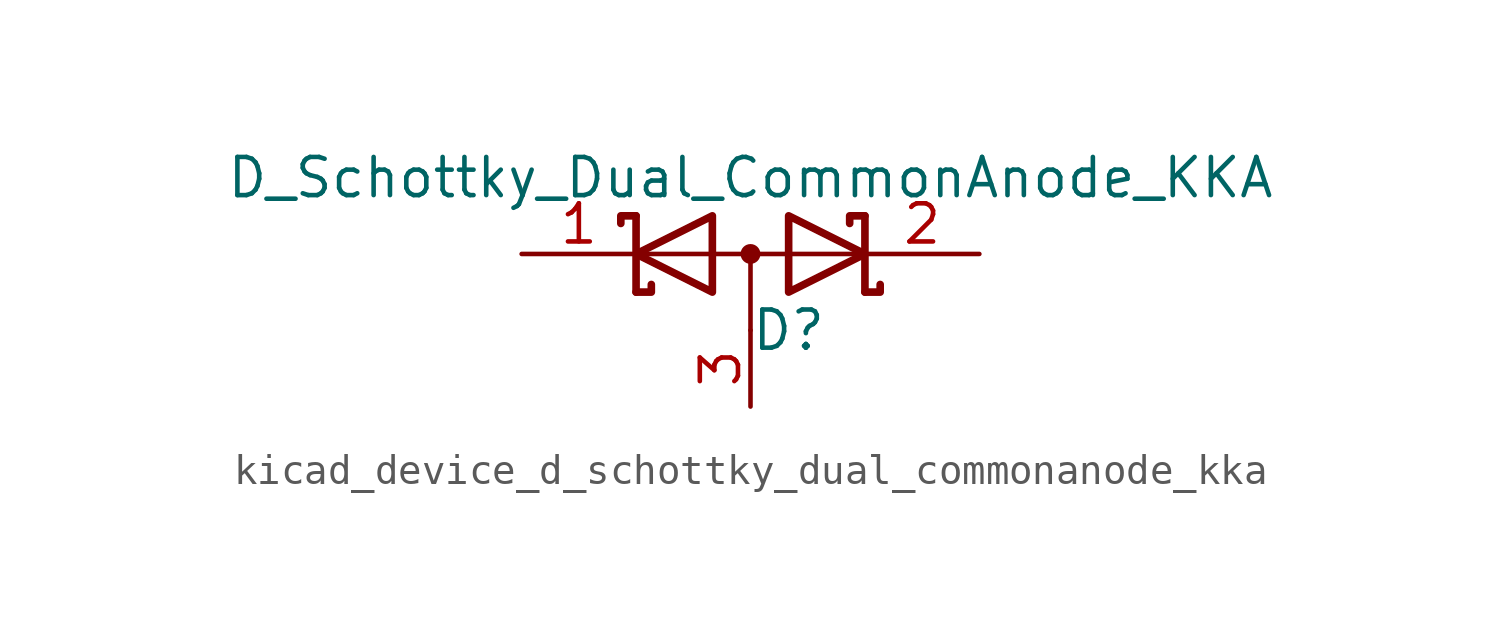
<source format=kicad_sym>
(kicad_symbol_lib
  (version 20220914)
  (generator kicad_symbol_editor)
  (symbol "kicad_device_d_schottky_dual_commonanode_kka"
    (pin_names
      (offset 0.762) hide)
    (property "Reference" "D"
      (at 1.27 -2.54 0)
      (effects (font (size 1.27 1.27))))
    (property "Value" "D_Schottky_Dual_CommonAnode_KKA"
      (at 0 2.54 0)
      (effects (font (size 1.27 1.27))))
    (symbol "kicad_device_d_schottky_dual_commonanode_kka_0_1"
      (polyline (pts (xy -3.556 0) (xy 3.81 0)) (stroke (width 0) (type default)) (fill (type none)))
      (polyline (pts (xy 0 0) (xy 0 -2.54)) (stroke (width 0) (type default)) (fill (type none)))
      (polyline (pts (xy -3.81 1.27) (xy -3.81 -1.27) (xy -3.81 -1.27)) (stroke (width 0.254) (type default)) (fill (type none)))
      (polyline (pts (xy 3.81 1.27) (xy 3.81 -1.27) (xy 3.81 -1.27)) (stroke (width 0.254) (type default)) (fill (type none)))
      (polyline (pts (xy -3.81 1.27) (xy -4.318 1.27) (xy -4.318 1.016) (xy -4.318 1.016)) (stroke (width 0.254) (type default)) (fill (type none)))
      (polyline (pts (xy 3.81 -1.27) (xy 4.318 -1.27) (xy 4.318 -1.016) (xy 4.318 -1.016)) (stroke (width 0.254) (type default)) (fill (type none)))
      (polyline (pts (xy 3.81 1.27) (xy 3.302 1.27) (xy 3.302 1.016) (xy 3.302 1.016)) (stroke (width 0.254) (type default)) (fill (type none)))
      (polyline (pts (xy -3.302 -1.016) (xy -3.302 -1.27) (xy -3.81 -1.27) (xy -3.81 -1.27) (xy -3.81 -1.27)) (stroke (width 0.254) (type default)) (fill (type none)))
      (polyline (pts (xy -1.27 -1.27) (xy -3.81 0) (xy -1.27 1.27) (xy -1.27 -1.27) (xy -1.27 -1.27) (xy -1.27 -1.27)) (stroke (width 0.254) (type default)) (fill (type none)))
      (polyline (pts (xy 1.27 1.27) (xy 3.81 0) (xy 1.27 -1.27) (xy 1.27 1.27) (xy 1.27 1.27) (xy 1.27 1.27)) (stroke (width 0.254) (type default)) (fill (type none)))
      (circle (center 0 0) (radius 0.254) (stroke (width 0) (type default)) (fill (type outline)))
      (pin passive line (at -7.62 0 0) (length 3.81) (name "K" (effects (font (size 1.27 1.27)))) (number "1" (effects (font (size 1.27 1.27)))))
      (pin passive line (at 7.62 0 180) (length 3.81) (name "K" (effects (font (size 1.27 1.27)))) (number "2" (effects (font (size 1.27 1.27)))))
      (pin passive line (at 0 -5.08 90) (length 2.54) (name "A" (effects (font (size 1.27 1.27)))) (number "3" (effects (font (size 1.27 1.27))))))))
</source>
